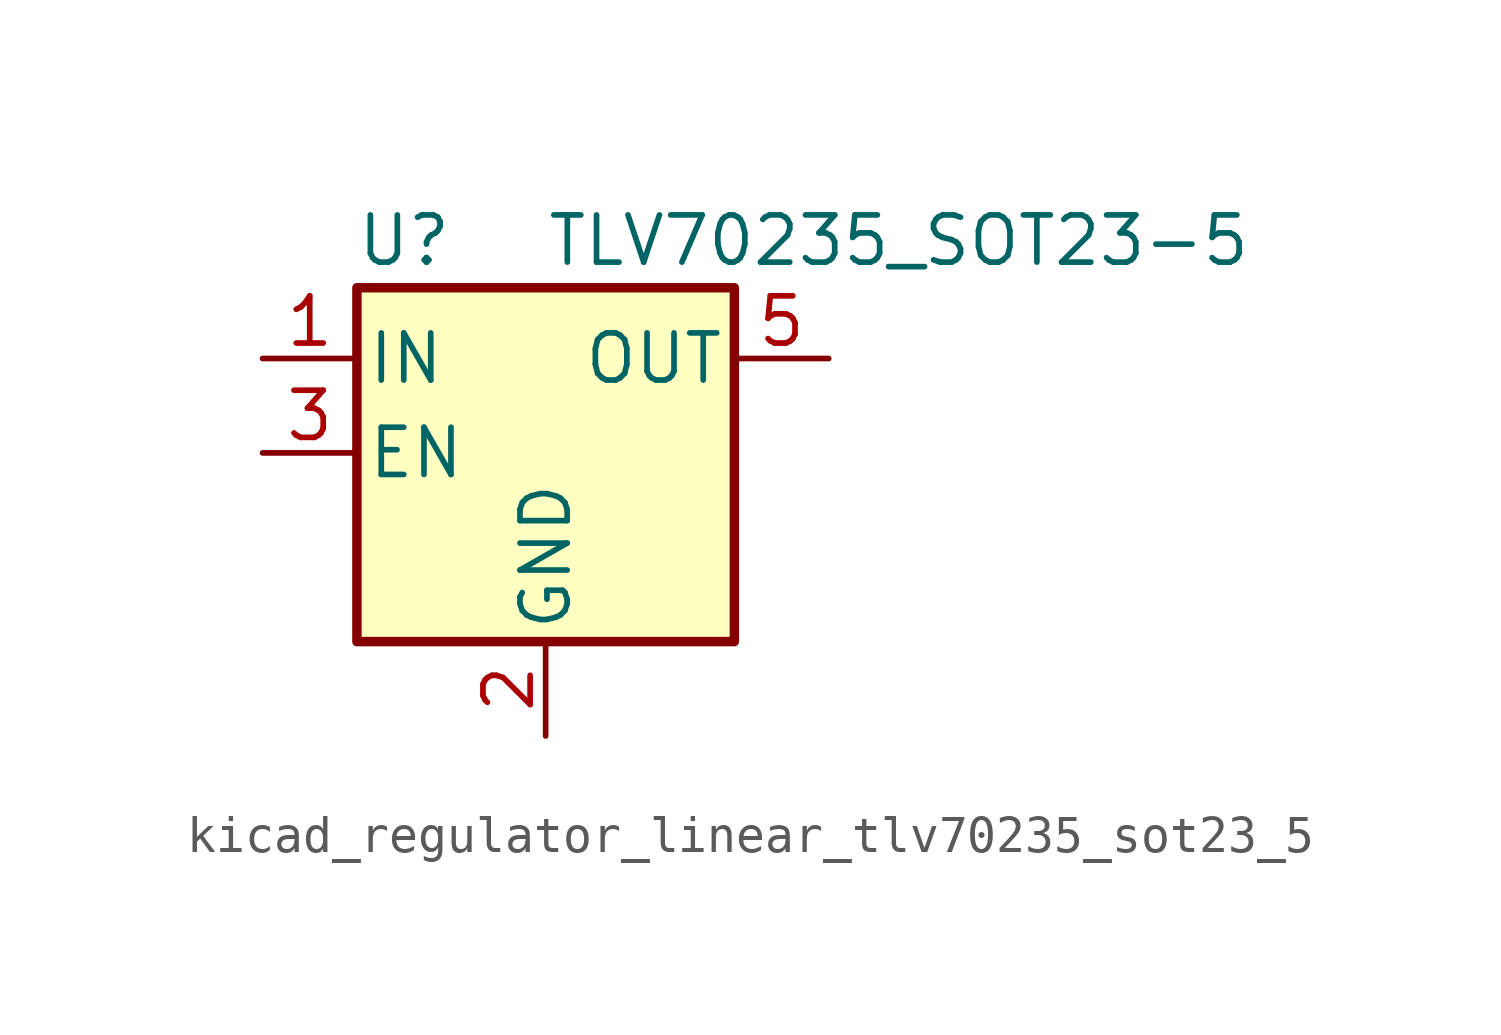
<source format=kicad_sym>
(kicad_symbol_lib
  (version 20220914)
  (generator kicad_symbol_editor)
  (symbol "kicad_regulator_linear_tlv70235_sot23_5"
    (pin_names
      (offset 0.254))
    (property "Reference" "U"
      (at -3.81 5.715 0)
      (effects (font (size 1.27 1.27))))
    (property "Value" "TLV70235_SOT23-5"
      (at 0 5.715 0)
      (effects (font (size 1.27 1.27)) (justify left)))
    (symbol "kicad_regulator_linear_tlv70235_sot23_5_0_1"
      (rectangle (start -5.08 4.445) (end 5.08 -5.08) (stroke (width 0.254) (type default)) (fill (type background))))
    (symbol "kicad_regulator_linear_tlv70235_sot23_5_1_1"
      (pin power_in line (at -7.62 2.54 0) (length 2.54) (name "IN" (effects (font (size 1.27 1.27)))) (number "1" (effects (font (size 1.27 1.27)))))
      (pin power_in line (at 0 -7.62 90) (length 2.54) (name "GND" (effects (font (size 1.27 1.27)))) (number "2" (effects (font (size 1.27 1.27)))))
      (pin input line (at -7.62 0 0) (length 2.54) (name "EN" (effects (font (size 1.27 1.27)))) (number "3" (effects (font (size 1.27 1.27)))))
      (pin no_connect line (at 5.08 0 180) (length 2.54) hide (name "NC" (effects (font (size 1.27 1.27)))) (number "4" (effects (font (size 1.27 1.27)))))
      (pin power_out line (at 7.62 2.54 180) (length 2.54) (name "OUT" (effects (font (size 1.27 1.27)))) (number "5" (effects (font (size 1.27 1.27))))))))
</source>
